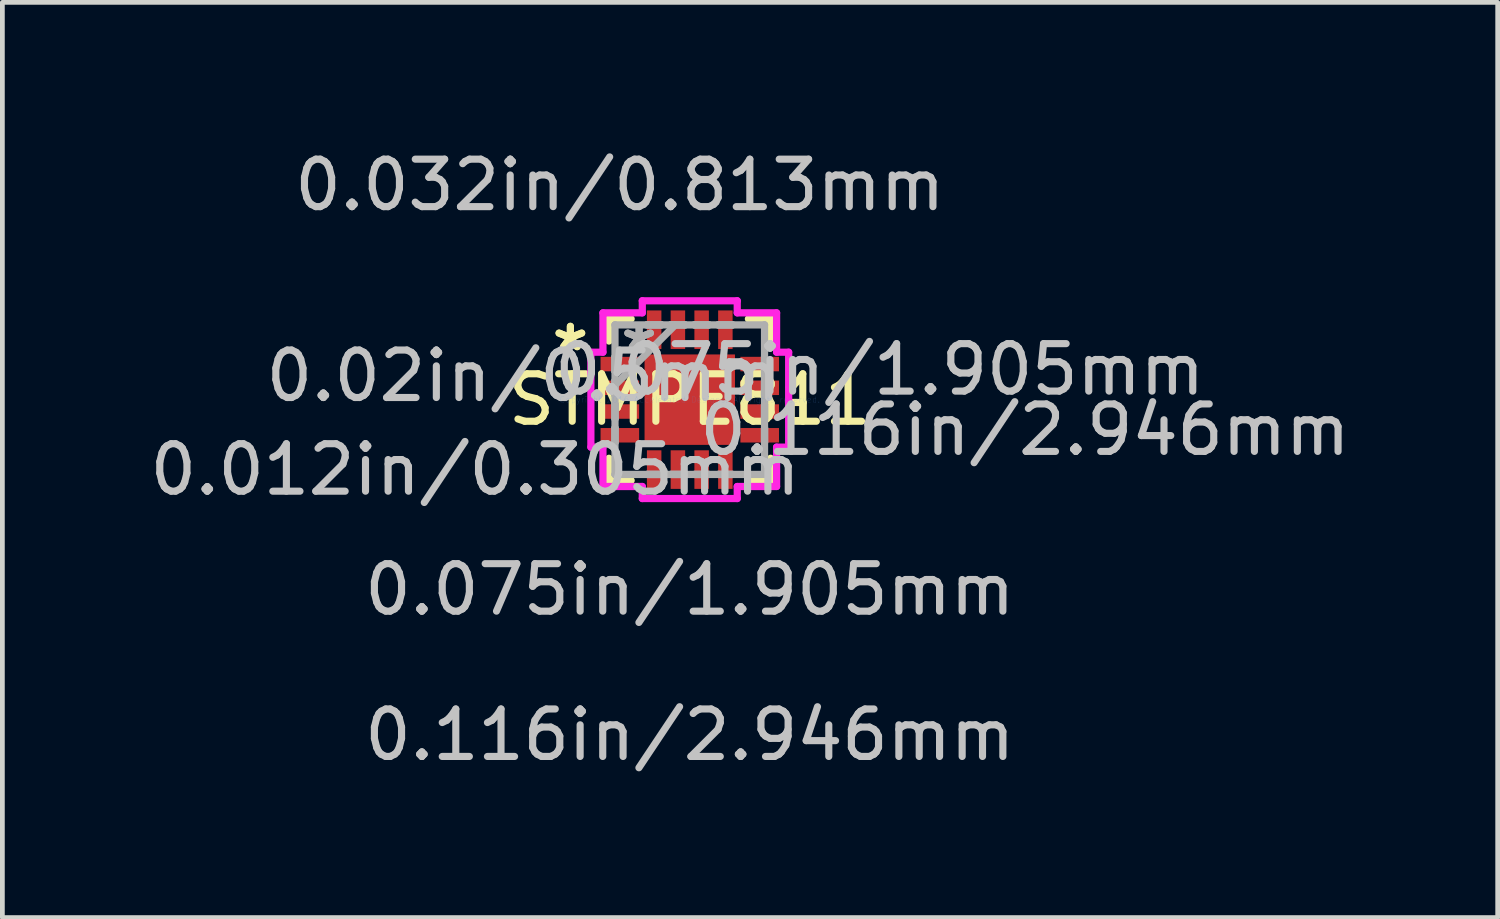
<source format=kicad_pcb>
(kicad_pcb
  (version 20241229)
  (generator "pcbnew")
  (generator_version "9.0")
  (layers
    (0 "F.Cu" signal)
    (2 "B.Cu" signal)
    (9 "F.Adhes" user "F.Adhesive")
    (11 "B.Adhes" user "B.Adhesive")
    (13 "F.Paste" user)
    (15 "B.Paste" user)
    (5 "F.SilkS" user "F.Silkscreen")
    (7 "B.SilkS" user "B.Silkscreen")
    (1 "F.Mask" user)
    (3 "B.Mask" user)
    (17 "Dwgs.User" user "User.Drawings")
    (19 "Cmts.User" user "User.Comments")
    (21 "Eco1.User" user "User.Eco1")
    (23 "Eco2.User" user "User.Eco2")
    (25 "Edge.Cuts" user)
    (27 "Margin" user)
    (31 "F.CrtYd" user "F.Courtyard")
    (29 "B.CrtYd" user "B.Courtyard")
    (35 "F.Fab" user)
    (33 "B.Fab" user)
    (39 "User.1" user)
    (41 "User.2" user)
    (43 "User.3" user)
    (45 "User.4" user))
  (footprint "STMPE811"
    (layer "F.Cu")
    (at 11.48 5.369)
    (property "Reference" "STMPE811" (at 0 0 0) (layer "F.SilkS") (effects (font (size 1 1) (thickness 0.15))))
    (attr through_hole)
    (fp_line (start -1.702 -1.702) (end -1.702 -1.235) (stroke (width 0.152) (type solid)) (layer "F.SilkS"))
    (fp_line (start -1.702 1.235) (end -1.702 1.702) (stroke (width 0.152) (type solid)) (layer "F.SilkS"))
    (fp_line (start -1.702 1.702) (end -1.235 1.702) (stroke (width 0.152) (type solid)) (layer "F.SilkS"))
    (fp_line (start -1.235 -1.702) (end -1.702 -1.702) (stroke (width 0.152) (type solid)) (layer "F.SilkS"))
    (fp_line (start 1.235 1.702) (end 1.702 1.702) (stroke (width 0.152) (type solid)) (layer "F.SilkS"))
    (fp_line (start 1.702 -1.702) (end 1.235 -1.702) (stroke (width 0.152) (type solid)) (layer "F.SilkS"))
    (fp_line (start 1.702 -1.235) (end 1.702 -1.702) (stroke (width 0.152) (type solid)) (layer "F.SilkS"))
    (fp_line (start 1.702 1.702) (end 1.702 1.235) (stroke (width 0.152) (type solid)) (layer "F.SilkS"))
    (fp_line (start 2.134 0.059) (end 2.388 0.059) (stroke (width 0.152) (type solid)) (layer "F.SilkS"))
    (fp_line (start 2.134 0.441) (end 2.134 0.059) (stroke (width 0.152) (type solid)) (layer "F.SilkS"))
    (fp_line (start 2.388 0.059) (end 2.388 0.441) (stroke (width 0.152) (type solid)) (layer "F.SilkS"))
    (fp_line (start 2.388 0.441) (end 2.134 0.441) (stroke (width 0.152) (type solid)) (layer "F.SilkS"))
    (fp_line (start -0.953 -0.953) (end -0.953 0.953) (stroke (width 0.152) (type solid)) (layer "F.Paste"))
    (fp_line (start -0.953 0.953) (end 0.953 0.953) (stroke (width 0.152) (type solid)) (layer "F.Paste"))
    (fp_line (start 0.953 -0.953) (end -0.953 -0.953) (stroke (width 0.152) (type solid)) (layer "F.Paste"))
    (fp_line (start 0.953 0.953) (end 0.953 -0.953) (stroke (width 0.152) (type solid)) (layer "F.Paste"))
    (fp_line (start -2.083 -1) (end -1.829 -1) (stroke (width 0.152) (type solid)) (layer "F.CrtYd"))
    (fp_line (start -2.083 1) (end -2.083 -1) (stroke (width 0.152) (type solid)) (layer "F.CrtYd"))
    (fp_line (start -1.829 -1.829) (end -1 -1.829) (stroke (width 0.152) (type solid)) (layer "F.CrtYd"))
    (fp_line (start -1.829 -1) (end -1.829 -1.829) (stroke (width 0.152) (type solid)) (layer "F.CrtYd"))
    (fp_line (start -1.829 1) (end -2.083 1) (stroke (width 0.152) (type solid)) (layer "F.CrtYd"))
    (fp_line (start -1.829 1.829) (end -1.829 1) (stroke (width 0.152) (type solid)) (layer "F.CrtYd"))
    (fp_line (start -1 -2.083) (end 1 -2.083) (stroke (width 0.152) (type solid)) (layer "F.CrtYd"))
    (fp_line (start -1 -1.829) (end -1 -2.083) (stroke (width 0.152) (type solid)) (layer "F.CrtYd"))
    (fp_line (start -1 1.829) (end -1.829 1.829) (stroke (width 0.152) (type solid)) (layer "F.CrtYd"))
    (fp_line (start -1 2.083) (end -1 1.829) (stroke (width 0.152) (type solid)) (layer "F.CrtYd"))
    (fp_line (start 1 -2.083) (end 1 -1.829) (stroke (width 0.152) (type solid)) (layer "F.CrtYd"))
    (fp_line (start 1 -1.829) (end 1.829 -1.829) (stroke (width 0.152) (type solid)) (layer "F.CrtYd"))
    (fp_line (start 1 1.829) (end 1 2.083) (stroke (width 0.152) (type solid)) (layer "F.CrtYd"))
    (fp_line (start 1 2.083) (end -1 2.083) (stroke (width 0.152) (type solid)) (layer "F.CrtYd"))
    (fp_line (start 1.829 -1.829) (end 1.829 -1) (stroke (width 0.152) (type solid)) (layer "F.CrtYd"))
    (fp_line (start 1.829 -1) (end 2.083 -1) (stroke (width 0.152) (type solid)) (layer "F.CrtYd"))
    (fp_line (start 1.829 1) (end 1.829 1.829) (stroke (width 0.152) (type solid)) (layer "F.CrtYd"))
    (fp_line (start 1.829 1.829) (end 1 1.829) (stroke (width 0.152) (type solid)) (layer "F.CrtYd"))
    (fp_line (start 2.083 -1) (end 2.083 1) (stroke (width 0.152) (type solid)) (layer "F.CrtYd"))
    (fp_line (start 2.083 1) (end 1.829 1) (stroke (width 0.152) (type solid)) (layer "F.CrtYd"))
    (fp_line (start -1.575 -1.575) (end -1.575 -1.575) (stroke (width 0.152) (type solid)) (layer "F.Fab"))
    (fp_line (start -1.575 -1.575) (end -1.575 1.575) (stroke (width 0.152) (type solid)) (layer "F.Fab"))
    (fp_line (start -1.575 -0.902) (end -1.575 -0.902) (stroke (width 0.152) (type solid)) (layer "F.Fab"))
    (fp_line (start -1.575 -0.902) (end -1.575 -0.598) (stroke (width 0.152) (type solid)) (layer "F.Fab"))
    (fp_line (start -1.575 -0.598) (end -1.575 -0.902) (stroke (width 0.152) (type solid)) (layer "F.Fab"))
    (fp_line (start -1.575 -0.598) (end -1.575 -0.598) (stroke (width 0.152) (type solid)) (layer "F.Fab"))
    (fp_line (start -1.575 -0.402) (end -1.575 -0.402) (stroke (width 0.152) (type solid)) (layer "F.Fab"))
    (fp_line (start -1.575 -0.402) (end -1.575 -0.098) (stroke (width 0.152) (type solid)) (layer "F.Fab"))
    (fp_line (start -1.575 -0.305) (end -0.305 -1.575) (stroke (width 0.152) (type solid)) (layer "F.Fab"))
    (fp_line (start -1.575 -0.098) (end -1.575 -0.402) (stroke (width 0.152) (type solid)) (layer "F.Fab"))
    (fp_line (start -1.575 -0.098) (end -1.575 -0.098) (stroke (width 0.152) (type solid)) (layer "F.Fab"))
    (fp_line (start -1.575 0.098) (end -1.575 0.098) (stroke (width 0.152) (type solid)) (layer "F.Fab"))
    (fp_line (start -1.575 0.098) (end -1.575 0.402) (stroke (width 0.152) (type solid)) (layer "F.Fab"))
    (fp_line (start -1.575 0.402) (end -1.575 0.098) (stroke (width 0.152) (type solid)) (layer "F.Fab"))
    (fp_line (start -1.575 0.402) (end -1.575 0.402) (stroke (width 0.152) (type solid)) (layer "F.Fab"))
    (fp_line (start -1.575 0.598) (end -1.575 0.598) (stroke (width 0.152) (type solid)) (layer "F.Fab"))
    (fp_line (start -1.575 0.598) (end -1.575 0.902) (stroke (width 0.152) (type solid)) (layer "F.Fab"))
    (fp_line (start -1.575 0.902) (end -1.575 0.598) (stroke (width 0.152) (type solid)) (layer "F.Fab"))
    (fp_line (start -1.575 0.902) (end -1.575 0.902) (stroke (width 0.152) (type solid)) (layer "F.Fab"))
    (fp_line (start -1.575 1.575) (end -1.575 1.575) (stroke (width 0.152) (type solid)) (layer "F.Fab"))
    (fp_line (start -1.575 1.575) (end 1.575 1.575) (stroke (width 0.152) (type solid)) (layer "F.Fab"))
    (fp_line (start -0.902 -1.575) (end -0.902 -1.575) (stroke (width 0.152) (type solid)) (layer "F.Fab"))
    (fp_line (start -0.902 -1.575) (end -0.598 -1.575) (stroke (width 0.152) (type solid)) (layer "F.Fab"))
    (fp_line (start -0.902 1.575) (end -0.902 1.575) (stroke (width 0.152) (type solid)) (layer "F.Fab"))
    (fp_line (start -0.902 1.575) (end -0.598 1.575) (stroke (width 0.152) (type solid)) (layer "F.Fab"))
    (fp_line (start -0.598 -1.575) (end -0.902 -1.575) (stroke (width 0.152) (type solid)) (layer "F.Fab"))
    (fp_line (start -0.598 -1.575) (end -0.598 -1.575) (stroke (width 0.152) (type solid)) (layer "F.Fab"))
    (fp_line (start -0.598 1.575) (end -0.902 1.575) (stroke (width 0.152) (type solid)) (layer "F.Fab"))
    (fp_line (start -0.598 1.575) (end -0.598 1.575) (stroke (width 0.152) (type solid)) (layer "F.Fab"))
    (fp_line (start -0.402 -1.575) (end -0.402 -1.575) (stroke (width 0.152) (type solid)) (layer "F.Fab"))
    (fp_line (start -0.402 -1.575) (end -0.098 -1.575) (stroke (width 0.152) (type solid)) (layer "F.Fab"))
    (fp_line (start -0.402 1.575) (end -0.402 1.575) (stroke (width 0.152) (type solid)) (layer "F.Fab"))
    (fp_line (start -0.402 1.575) (end -0.098 1.575) (stroke (width 0.152) (type solid)) (layer "F.Fab"))
    (fp_line (start -0.098 -1.575) (end -0.402 -1.575) (stroke (width 0.152) (type solid)) (layer "F.Fab"))
    (fp_line (start -0.098 -1.575) (end -0.098 -1.575) (stroke (width 0.152) (type solid)) (layer "F.Fab"))
    (fp_line (start -0.098 1.575) (end -0.402 1.575) (stroke (width 0.152) (type solid)) (layer "F.Fab"))
    (fp_line (start -0.098 1.575) (end -0.098 1.575) (stroke (width 0.152) (type solid)) (layer "F.Fab"))
    (fp_line (start 0.098 -1.575) (end 0.098 -1.575) (stroke (width 0.152) (type solid)) (layer "F.Fab"))
    (fp_line (start 0.098 -1.575) (end 0.402 -1.575) (stroke (width 0.152) (type solid)) (layer "F.Fab"))
    (fp_line (start 0.098 1.575) (end 0.098 1.575) (stroke (width 0.152) (type solid)) (layer "F.Fab"))
    (fp_line (start 0.098 1.575) (end 0.402 1.575) (stroke (width 0.152) (type solid)) (layer "F.Fab"))
    (fp_line (start 0.402 -1.575) (end 0.098 -1.575) (stroke (width 0.152) (type solid)) (layer "F.Fab"))
    (fp_line (start 0.402 -1.575) (end 0.402 -1.575) (stroke (width 0.152) (type solid)) (layer "F.Fab"))
    (fp_line (start 0.402 1.575) (end 0.098 1.575) (stroke (width 0.152) (type solid)) (layer "F.Fab"))
    (fp_line (start 0.402 1.575) (end 0.402 1.575) (stroke (width 0.152) (type solid)) (layer "F.Fab"))
    (fp_line (start 0.598 -1.575) (end 0.598 -1.575) (stroke (width 0.152) (type solid)) (layer "F.Fab"))
    (fp_line (start 0.598 -1.575) (end 0.902 -1.575) (stroke (width 0.152) (type solid)) (layer "F.Fab"))
    (fp_line (start 0.598 1.575) (end 0.598 1.575) (stroke (width 0.152) (type solid)) (layer "F.Fab"))
    (fp_line (start 0.598 1.575) (end 0.902 1.575) (stroke (width 0.152) (type solid)) (layer "F.Fab"))
    (fp_line (start 0.902 -1.575) (end 0.598 -1.575) (stroke (width 0.152) (type solid)) (layer "F.Fab"))
    (fp_line (start 0.902 -1.575) (end 0.902 -1.575) (stroke (width 0.152) (type solid)) (layer "F.Fab"))
    (fp_line (start 0.902 1.575) (end 0.598 1.575) (stroke (width 0.152) (type solid)) (layer "F.Fab"))
    (fp_line (start 0.902 1.575) (end 0.902 1.575) (stroke (width 0.152) (type solid)) (layer "F.Fab"))
    (fp_line (start 1.575 -1.575) (end -1.575 -1.575) (stroke (width 0.152) (type solid)) (layer "F.Fab"))
    (fp_line (start 1.575 -1.575) (end 1.575 -1.575) (stroke (width 0.152) (type solid)) (layer "F.Fab"))
    (fp_line (start 1.575 -0.902) (end 1.575 -0.902) (stroke (width 0.152) (type solid)) (layer "F.Fab"))
    (fp_line (start 1.575 -0.902) (end 1.575 -0.598) (stroke (width 0.152) (type solid)) (layer "F.Fab"))
    (fp_line (start 1.575 -0.598) (end 1.575 -0.902) (stroke (width 0.152) (type solid)) (layer "F.Fab"))
    (fp_line (start 1.575 -0.598) (end 1.575 -0.598) (stroke (width 0.152) (type solid)) (layer "F.Fab"))
    (fp_line (start 1.575 -0.402) (end 1.575 -0.402) (stroke (width 0.152) (type solid)) (layer "F.Fab"))
    (fp_line (start 1.575 -0.402) (end 1.575 -0.098) (stroke (width 0.152) (type solid)) (layer "F.Fab"))
    (fp_line (start 1.575 -0.098) (end 1.575 -0.402) (stroke (width 0.152) (type solid)) (layer "F.Fab"))
    (fp_line (start 1.575 -0.098) (end 1.575 -0.098) (stroke (width 0.152) (type solid)) (layer "F.Fab"))
    (fp_line (start 1.575 0.098) (end 1.575 0.098) (stroke (width 0.152) (type solid)) (layer "F.Fab"))
    (fp_line (start 1.575 0.098) (end 1.575 0.402) (stroke (width 0.152) (type solid)) (layer "F.Fab"))
    (fp_line (start 1.575 0.402) (end 1.575 0.098) (stroke (width 0.152) (type solid)) (layer "F.Fab"))
    (fp_line (start 1.575 0.402) (end 1.575 0.402) (stroke (width 0.152) (type solid)) (layer "F.Fab"))
    (fp_line (start 1.575 0.598) (end 1.575 0.598) (stroke (width 0.152) (type solid)) (layer "F.Fab"))
    (fp_line (start 1.575 0.598) (end 1.575 0.902) (stroke (width 0.152) (type solid)) (layer "F.Fab"))
    (fp_line (start 1.575 0.902) (end 1.575 0.598) (stroke (width 0.152) (type solid)) (layer "F.Fab"))
    (fp_line (start 1.575 0.902) (end 1.575 0.902) (stroke (width 0.152) (type solid)) (layer "F.Fab"))
    (fp_line (start 1.575 1.575) (end 1.575 -1.575) (stroke (width 0.152) (type solid)) (layer "F.Fab"))
    (fp_line (start 1.575 1.575) (end 1.575 1.575) (stroke (width 0.152) (type solid)) (layer "F.Fab"))
    (fp_text user "*" (at -2.515 -1 0) (layer "F.SilkS") (effects (font (size 1 1) (thickness 0.15))))
    (fp_text user "*" (at -2.515 -1 0) (layer "F.SilkS") (effects (font (size 1 1) (thickness 0.15))))
    (fp_text user "0.032in/0.813mm" (at -1.473 -4.521 0) (layer "Dwgs.User") (effects (font (size 1 1) (thickness 0.15))))
    (fp_text user "0.116in/2.946mm" (at 7.061 0.635 0) (layer "Dwgs.User") (effects (font (size 1 1) (thickness 0.15))))
    (fp_text user "0.116in/2.946mm" (at 0 7.061 0) (layer "Dwgs.User") (effects (font (size 1 1) (thickness 0.15))))
    (fp_text user "0.02in/0.5mm" (at -3.505 -0.5 0) (layer "Dwgs.User") (effects (font (size 1 1) (thickness 0.15))))
    (fp_text user "0.075in/1.905mm" (at 0 4 0) (layer "Dwgs.User") (effects (font (size 1 1) (thickness 0.15))))
    (fp_text user "0.012in/0.305mm" (at -4.521 1.473 0) (layer "Dwgs.User") (effects (font (size 1 1) (thickness 0.15))))
    (fp_text user "0.075in/1.905mm" (at 4 -0.635 0) (layer "Dwgs.User") (effects (font (size 1 1) (thickness 0.15))))
    (fp_text user "Copyright 2016 Accelerated Designs. All rights reserved." (at 0 0 0) (layer "Cmts.User") (effects (font (size 0.127 0.127) (thickness 0.002))))
    (fp_text user "*" (at -1.067 -1 0) (layer "F.Fab") (effects (font (size 1 1) (thickness 0.15))))
    (fp_text user "*" (at -1.067 -1 0) (layer "F.Fab") (effects (font (size 1 1) (thickness 0.15))))
    (pad "1" smd rect (at -1.473 -0.75 90) (size 0.305 0.813) (layers "F.Cu" "F.Mask" "F.Paste"))
    (pad "2" smd rect (at -1.473 -0.25 90) (size 0.305 0.813) (layers "F.Cu" "F.Mask" "F.Paste"))
    (pad "3" smd rect (at -1.473 0.25 90) (size 0.305 0.813) (layers "F.Cu" "F.Mask" "F.Paste"))
    (pad "4" smd rect (at -1.473 0.75 90) (size 0.305 0.813) (layers "F.Cu" "F.Mask" "F.Paste"))
    (pad "5" smd rect (at -0.75 1.473) (size 0.305 0.813) (layers "F.Cu" "F.Mask" "F.Paste"))
    (pad "6" smd rect (at -0.25 1.473) (size 0.305 0.813) (layers "F.Cu" "F.Mask" "F.Paste"))
    (pad "7" smd rect (at 0.25 1.473) (size 0.305 0.813) (layers "F.Cu" "F.Mask" "F.Paste"))
    (pad "8" smd rect (at 0.75 1.473) (size 0.305 0.813) (layers "F.Cu" "F.Mask" "F.Paste"))
    (pad "9" smd rect (at 1.473 0.75 90) (size 0.305 0.813) (layers "F.Cu" "F.Mask" "F.Paste"))
    (pad "10" smd rect (at 1.473 0.25 90) (size 0.305 0.813) (layers "F.Cu" "F.Mask" "F.Paste"))
    (pad "11" smd rect (at 1.473 -0.25 90) (size 0.305 0.813) (layers "F.Cu" "F.Mask" "F.Paste"))
    (pad "12" smd rect (at 1.473 -0.75 90) (size 0.305 0.813) (layers "F.Cu" "F.Mask" "F.Paste"))
    (pad "13" smd rect (at 0.75 -1.473) (size 0.305 0.813) (layers "F.Cu" "F.Mask" "F.Paste"))
    (pad "14" smd rect (at 0.25 -1.473) (size 0.305 0.813) (layers "F.Cu" "F.Mask" "F.Paste"))
    (pad "15" smd rect (at -0.25 -1.473) (size 0.305 0.813) (layers "F.Cu" "F.Mask" "F.Paste"))
    (pad "16" smd rect (at -0.75 -1.473) (size 0.305 0.813) (layers "F.Cu" "F.Mask" "F.Paste"))
    (pad "17" smd rect (at 0 0) (size 1.905 1.905) (layers "F.Cu" "F.Mask" "F.Paste")))
  (gr_rect
    (start -3 -3)
    (end 28.499 16.279)
    (stroke (width 0.1) (type default))
    (fill no)
    (layer "Edge.Cuts")))
</source>
